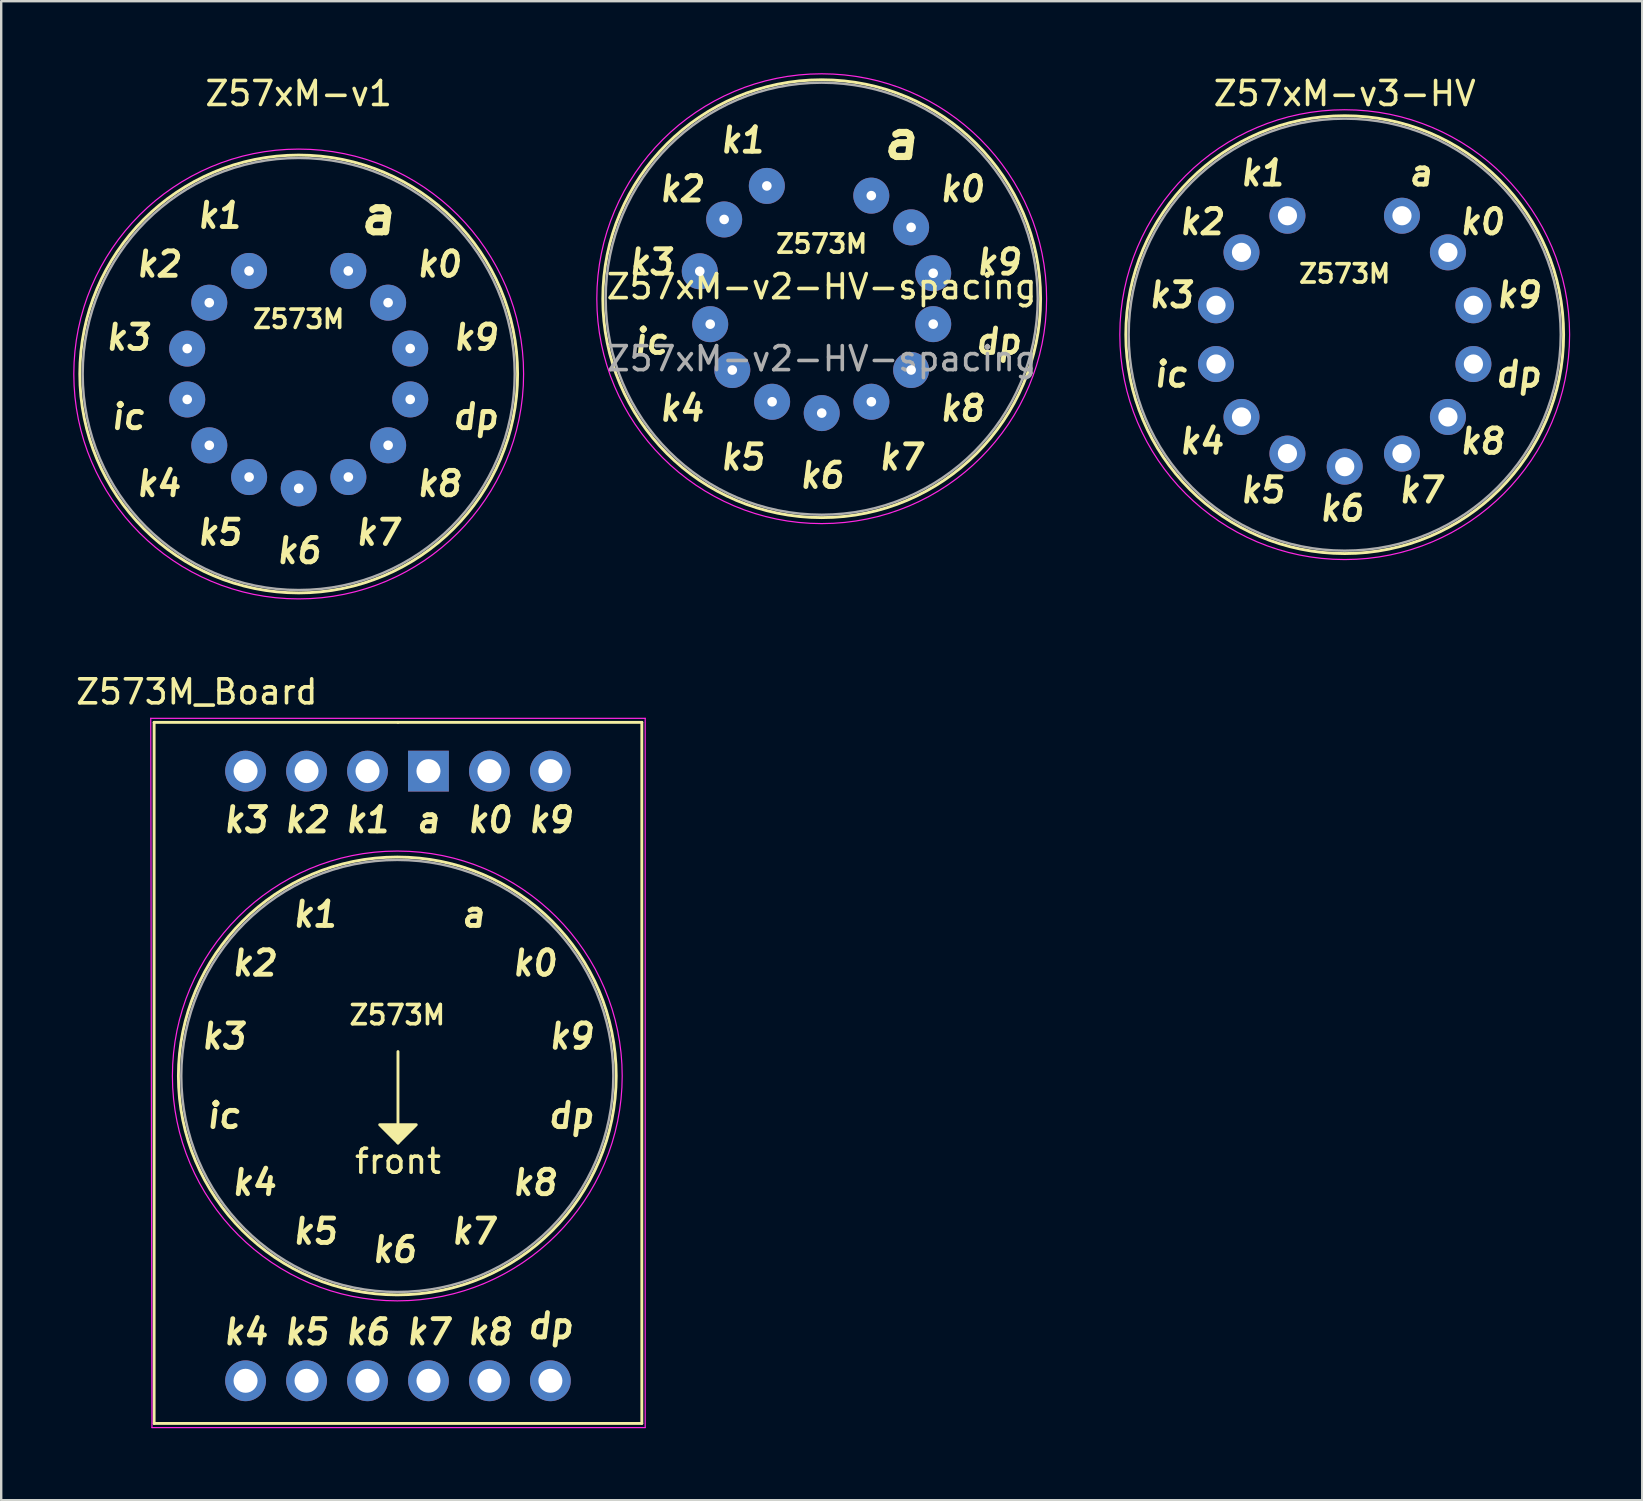
<source format=kicad_pcb>
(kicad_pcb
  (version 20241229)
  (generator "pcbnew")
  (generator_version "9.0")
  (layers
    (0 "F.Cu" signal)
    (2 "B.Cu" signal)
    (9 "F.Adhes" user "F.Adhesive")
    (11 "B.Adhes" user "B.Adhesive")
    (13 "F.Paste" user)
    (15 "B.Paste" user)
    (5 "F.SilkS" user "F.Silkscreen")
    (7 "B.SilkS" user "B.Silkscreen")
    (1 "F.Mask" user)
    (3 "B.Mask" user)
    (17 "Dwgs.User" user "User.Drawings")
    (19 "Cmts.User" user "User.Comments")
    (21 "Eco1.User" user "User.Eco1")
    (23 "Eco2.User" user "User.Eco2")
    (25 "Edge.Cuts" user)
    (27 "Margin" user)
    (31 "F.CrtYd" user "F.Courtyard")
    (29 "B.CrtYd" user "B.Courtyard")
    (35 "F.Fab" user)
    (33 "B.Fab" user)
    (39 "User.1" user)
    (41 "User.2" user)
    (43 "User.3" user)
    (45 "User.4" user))
  (footprint "Z573M_Board"
    (layer "F.Cu")
    (at 13.531 41.778)
    (property "Reference" "Z573M_Board" (at -8.382 -16.002 0) (unlocked yes) (layer "F.SilkS") (effects (font (size 1 1) (thickness 0.15))))
    (attr through_hole)
    (fp_line (start -10.16 -14.732) (end 0 -14.732) (stroke (width 0.12) (type solid)) (layer "F.SilkS"))
    (fp_line (start -10.16 14.478) (end -10.16 -14.732) (stroke (width 0.12) (type solid)) (layer "F.SilkS"))
    (fp_line (start 0 -14.732) (end 10.16 -14.732) (stroke (width 0.12) (type solid)) (layer "F.SilkS"))
    (fp_line (start 0 -1.016) (end 0 2.794) (stroke (width 0.12) (type solid)) (layer "F.SilkS"))
    (fp_line (start 10.16 -14.732) (end 10.16 14.478) (stroke (width 0.12) (type solid)) (layer "F.SilkS"))
    (fp_line (start 10.16 14.478) (end -10.16 14.478) (stroke (width 0.12) (type solid)) (layer "F.SilkS"))
    (fp_circle (center -0.028 0) (end -0.028 9.12) (stroke (width 0.12) (type solid)) (fill no) (layer "F.SilkS"))
    (fp_poly (pts (xy 0 2.794) (xy -0.762 2.032) (xy 0.762 2.032)) (stroke (width 0.12) (type solid)) (fill yes) (layer "F.SilkS"))
    (fp_line (start -10.25 14.65) (end -10.3 -14.9) (stroke (width 0.05) (type solid)) (layer "F.CrtYd"))
    (fp_line (start 10.3 -14.9) (end -10.3 -14.9) (stroke (width 0.05) (type solid)) (layer "F.CrtYd"))
    (fp_line (start 10.3 -14.9) (end 10.3 14.65) (stroke (width 0.05) (type solid)) (layer "F.CrtYd"))
    (fp_line (start 10.3 14.65) (end -10.25 14.65) (stroke (width 0.05) (type solid)) (layer "F.CrtYd"))
    (fp_circle (center -0.028 0) (end -0.028 9.37) (stroke (width 0.05) (type solid)) (fill no) (layer "F.CrtYd"))
    (fp_circle (center -0.028 0) (end -0.028 9) (stroke (width 0.1) (type solid)) (fill no) (layer "F.Fab"))
    (fp_text user "front" (at 0 3.556 0) (unlocked yes) (layer "F.SilkS") (effects (font (size 1 1) (thickness 0.15))))
    (fp_text user "k7" (at 3.147 6.477 0) (unlocked yes) (layer "F.SilkS") (effects (font (size 1.016 1.016) (thickness 0.203) (italic yes))))
    (fp_text user "k0" (at 5.687 -4.699 0) (unlocked yes) (layer "F.SilkS") (effects (font (size 1.016 1.016) (thickness 0.203) (italic yes))))
    (fp_text user "k4" (at -6.35 10.668 0) (unlocked yes) (layer "F.SilkS") (effects (font (size 1.016 1.016) (thickness 0.203) (italic yes))))
    (fp_text user "dp" (at 6.35 10.414 0) (unlocked yes) (layer "F.SilkS") (effects (font (size 1.016 1.016) (thickness 0.203) (italic yes))))
    (fp_text user "ic" (at -7.267 1.651 0) (unlocked yes) (layer "F.SilkS") (effects (font (size 1.016 1.016) (thickness 0.203) (italic yes))))
    (fp_text user "k2" (at -3.81 -10.668 0) (unlocked yes) (layer "F.SilkS") (effects (font (size 1.016 1.016) (thickness 0.203) (italic yes))))
    (fp_text user "k0" (at 3.81 -10.668 0) (unlocked yes) (layer "F.SilkS") (effects (font (size 1.016 1.016) (thickness 0.203) (italic yes))))
    (fp_text user "k5" (at -3.81 10.668 0) (unlocked yes) (layer "F.SilkS") (effects (font (size 1.016 1.016) (thickness 0.203) (italic yes))))
    (fp_text user "k3" (at -7.267 -1.651 0) (unlocked yes) (layer "F.SilkS") (effects (font (size 1.016 1.016) (thickness 0.203) (italic yes))))
    (fp_text user "dp" (at 7.211 1.651 0) (unlocked yes) (layer "F.SilkS") (effects (font (size 1.016 1.016) (thickness 0.203) (italic yes))))
    (fp_text user "k8" (at 5.687 4.445 0) (unlocked yes) (layer "F.SilkS") (effects (font (size 1.016 1.016) (thickness 0.203) (italic yes))))
    (fp_text user "k1" (at -3.457 -6.731 0) (unlocked yes) (layer "F.SilkS") (effects (font (size 1.016 1.016) (thickness 0.203) (italic yes))))
    (fp_text user "k5" (at -3.457 6.477 0) (unlocked yes) (layer "F.SilkS") (effects (font (size 1.016 1.016) (thickness 0.203) (italic yes))))
    (fp_text user "k7" (at 1.27 10.668 0) (unlocked yes) (layer "F.SilkS") (effects (font (size 1.016 1.016) (thickness 0.203) (italic yes))))
    (fp_text user "a" (at 1.27 -10.668 0) (unlocked yes) (layer "F.SilkS") (effects (font (size 1.016 1.016) (thickness 0.203) (italic yes))))
    (fp_text user "k9" (at 6.35 -10.668 0) (unlocked yes) (layer "F.SilkS") (effects (font (size 1.016 1.016) (thickness 0.203) (italic yes))))
    (fp_text user "k8" (at 3.81 10.668 0) (unlocked yes) (layer "F.SilkS") (effects (font (size 1.016 1.016) (thickness 0.203) (italic yes))))
    (fp_text user "k3" (at -6.35 -10.668 0) (unlocked yes) (layer "F.SilkS") (effects (font (size 1.016 1.016) (thickness 0.203) (italic yes))))
    (fp_text user "Z573M" (at -0.028 -2.54 0) (unlocked yes) (layer "F.SilkS") (effects (font (size 0.8 0.8) (thickness 0.152))))
    (fp_text user "k6" (at -0.155 7.239 0) (unlocked yes) (layer "F.SilkS") (effects (font (size 1.016 1.016) (thickness 0.203) (italic yes))))
    (fp_text user "k1" (at -1.27 -10.668 0) (unlocked yes) (layer "F.SilkS") (effects (font (size 1.016 1.016) (thickness 0.203) (italic yes))))
    (fp_text user "k9" (at 7.211 -1.651 0) (unlocked yes) (layer "F.SilkS") (effects (font (size 1.016 1.016) (thickness 0.203) (italic yes))))
    (fp_text user "a" (at 3.147 -6.731 0) (unlocked yes) (layer "F.SilkS") (effects (font (size 1.016 1.016) (thickness 0.203) (italic yes))))
    (fp_text user "k6" (at -1.27 10.668 0) (unlocked yes) (layer "F.SilkS") (effects (font (size 1.016 1.016) (thickness 0.203) (italic yes))))
    (fp_text user "k2" (at -5.997 -4.699 0) (unlocked yes) (layer "F.SilkS") (effects (font (size 1.016 1.016) (thickness 0.203) (italic yes))))
    (fp_text user "k4" (at -5.997 4.445 0) (unlocked yes) (layer "F.SilkS") (effects (font (size 1.016 1.016) (thickness 0.203) (italic yes))))
    (pad "1" thru_hole circle (at -6.35 -12.7) (size 1.7 1.7) (drill 1) (layers "*.Cu" "*.Mask"))
    (pad "2" thru_hole circle (at -3.81 -12.7) (size 1.7 1.7) (drill 1) (layers "*.Cu" "*.Mask"))
    (pad "3" thru_hole circle (at -1.27 -12.7) (size 1.7 1.7) (drill 1) (layers "*.Cu" "*.Mask"))
    (pad "4" thru_hole rect (at 1.27 -12.7) (size 1.7 1.7) (drill 1) (layers "*.Cu" "*.Mask"))
    (pad "5" thru_hole circle (at 3.81 -12.7) (size 1.7 1.7) (drill 1) (layers "*.Cu" "*.Mask"))
    (pad "6" thru_hole circle (at 6.35 -12.7) (size 1.7 1.7) (drill 1) (layers "*.Cu" "*.Mask"))
    (pad "7" thru_hole circle (at 6.35 12.7) (size 1.7 1.7) (drill 1) (layers "*.Cu" "*.Mask"))
    (pad "8" thru_hole circle (at 3.81 12.7) (size 1.7 1.7) (drill 1) (layers "*.Cu" "*.Mask"))
    (pad "9" thru_hole circle (at 1.27 12.7) (size 1.7 1.7) (drill 1) (layers "*.Cu" "*.Mask"))
    (pad "10" thru_hole circle (at -1.27 12.7) (size 1.7 1.7) (drill 1) (layers "*.Cu" "*.Mask"))
    (pad "11" thru_hole circle (at -3.81 12.7) (size 1.7 1.7) (drill 1) (layers "*.Cu" "*.Mask"))
    (pad "12" thru_hole circle (at -6.35 12.7) (size 1.7 1.7) (drill 1) (layers "*.Cu" "*.Mask")))
  (footprint "Z57xM-v1"
    (layer "F.Cu")
    (at 9.395 12.532)
    (property "Reference" "Z57xM-v1" (at 0 -11.684 0) (layer "F.SilkS") (effects (font (size 1 1) (thickness 0.15))))
    (fp_circle (center 0 0) (end 0 9.12) (stroke (width 0.12) (type solid)) (fill no) (layer "F.SilkS"))
    (fp_circle (center 0 0) (end 0 9.37) (stroke (width 0.05) (type solid)) (fill no) (layer "F.CrtYd"))
    (fp_circle (center 0 0) (end 0 9) (stroke (width 0.1) (type solid)) (fill no) (layer "F.Fab"))
    (fp_text user "k9" (at 7.366 -1.524 0) (unlocked yes) (layer "F.SilkS") (effects (font (size 1.016 1.016) (thickness 0.203) (italic yes))))
    (fp_text user "k5" (at -3.302 6.604 0) (unlocked yes) (layer "F.SilkS") (effects (font (size 1.016 1.016) (thickness 0.203) (italic yes))))
    (fp_text user "k2" (at -5.842 -4.572 0) (unlocked yes) (layer "F.SilkS") (effects (font (size 1.016 1.016) (thickness 0.203) (italic yes))))
    (fp_text user "k8" (at 5.842 4.572 0) (unlocked yes) (layer "F.SilkS") (effects (font (size 1.016 1.016) (thickness 0.203) (italic yes))))
    (fp_text user "k3" (at -7.112 -1.524 0) (unlocked yes) (layer "F.SilkS") (effects (font (size 1.016 1.016) (thickness 0.203) (italic yes))))
    (fp_text user "k7" (at 3.302 6.604 0) (unlocked yes) (layer "F.SilkS") (effects (font (size 1.016 1.016) (thickness 0.203) (italic yes))))
    (fp_text user "k4" (at -5.842 4.572 0) (unlocked yes) (layer "F.SilkS") (effects (font (size 1.016 1.016) (thickness 0.203) (italic yes))))
    (fp_text user "k0" (at 5.842 -4.572 0) (unlocked yes) (layer "F.SilkS") (effects (font (size 1.016 1.016) (thickness 0.203) (italic yes))))
    (fp_text user "k1" (at -3.302 -6.604 0) (unlocked yes) (layer "F.SilkS") (effects (font (size 1.016 1.016) (thickness 0.203) (italic yes))))
    (fp_text user "a" (at 3.302 -6.604 0) (unlocked yes) (layer "F.SilkS") (effects (font (size 1.5 1.5) (thickness 0.3) (italic yes))))
    (fp_text user "dp" (at 7.366 1.778 0) (unlocked yes) (layer "F.SilkS") (effects (font (size 1.016 1.016) (thickness 0.203) (italic yes))))
    (fp_text user "ic" (at -7.112 1.778 0) (unlocked yes) (layer "F.SilkS") (effects (font (size 1.016 1.016) (thickness 0.203) (italic yes))))
    (fp_text user "k6" (at 0 7.366 0) (unlocked yes) (layer "F.SilkS") (effects (font (size 1.016 1.016) (thickness 0.203) (italic yes))))
    (fp_text user "Z573M" (at 0 -2.286 0) (unlocked yes) (layer "F.SilkS") (effects (font (size 0.762 0.762) (thickness 0.152))))
    (pad "1" thru_hole oval (at -2.069 -4.293) (size 1.5 1.5) (drill 0.4) (layers "*.Cu" "*.Mask"))
    (pad "2" thru_hole oval (at -3.726 -2.97) (size 1.5 1.5) (drill 0.4) (layers "*.Cu" "*.Mask"))
    (pad "3" thru_hole oval (at -4.646 -1.059) (size 1.5 1.5) (drill 0.4) (layers "*.Cu" "*.Mask"))
    (pad "4" thru_hole oval (at -4.645 1.061) (size 1.5 1.5) (drill 0.4) (layers "*.Cu" "*.Mask"))
    (pad "5" thru_hole oval (at -3.725 2.972) (size 1.5 1.5) (drill 0.4) (layers "*.Cu" "*.Mask"))
    (pad "6" thru_hole oval (at -2.066 4.294) (size 1.5 1.5) (drill 0.4) (layers "*.Cu" "*.Mask"))
    (pad "7" thru_hole oval (at 0.001 4.765) (size 1.5 1.5) (drill 0.4) (layers "*.Cu" "*.Mask"))
    (pad "8" thru_hole oval (at 2.069 4.293) (size 1.5 1.5) (drill 0.4) (layers "*.Cu" "*.Mask"))
    (pad "9" thru_hole oval (at 3.726 2.97) (size 1.5 1.5) (drill 0.4) (layers "*.Cu" "*.Mask"))
    (pad "10" thru_hole oval (at 4.646 1.059) (size 1.5 1.5) (drill 0.4) (layers "*.Cu" "*.Mask"))
    (pad "11" thru_hole oval (at 4.645 -1.061) (size 1.5 1.5) (drill 0.4) (layers "*.Cu" "*.Mask"))
    (pad "12" thru_hole oval (at 3.725 -2.972) (size 1.5 1.5) (drill 0.4) (layers "*.Cu" "*.Mask"))
    (pad "13" thru_hole circle (at 2.066 -4.294) (size 1.5 1.5) (drill 0.4) (layers "*.Cu" "*.Mask")))
  (footprint "Z57xM-v2-HV-spacing"
    (layer "F.Cu")
    (at 31.185 9.395)
    (property "Reference" "Z57xM-v2-HV-spacing" (at 0 -0.5 0) (unlocked yes) (layer "F.SilkS") (effects (font (size 1 1) (thickness 0.15))))
    (attr through_hole)
    (fp_circle (center 0 0) (end 0 9.12) (stroke (width 0.12) (type solid)) (fill no) (layer "F.SilkS"))
    (fp_circle (center 0 0) (end 0 9.37) (stroke (width 0.05) (type solid)) (fill no) (layer "F.CrtYd"))
    (fp_circle (center 0 0) (end 0 9) (stroke (width 0.1) (type solid)) (fill no) (layer "F.Fab"))
    (fp_text user "k4" (at -5.842 4.572 0) (unlocked yes) (layer "F.SilkS") (effects (font (size 1.016 1.016) (thickness 0.203) (italic yes))))
    (fp_text user "ic" (at -7.112 1.778 0) (unlocked yes) (layer "F.SilkS") (effects (font (size 1.016 1.016) (thickness 0.203) (italic yes))))
    (fp_text user "k6" (at 0 7.366 0) (unlocked yes) (layer "F.SilkS") (effects (font (size 1.016 1.016) (thickness 0.203) (italic yes))))
    (fp_text user "dp" (at 7.366 1.778 0) (unlocked yes) (layer "F.SilkS") (effects (font (size 1.016 1.016) (thickness 0.203) (italic yes))))
    (fp_text user "a" (at 3.302 -6.604 0) (unlocked yes) (layer "F.SilkS") (effects (font (size 1.5 1.5) (thickness 0.3) (italic yes))))
    (fp_text user "k9" (at 7.366 -1.524 0) (unlocked yes) (layer "F.SilkS") (effects (font (size 1.016 1.016) (thickness 0.203) (italic yes))))
    (fp_text user "k0" (at 5.842 -4.572 0) (unlocked yes) (layer "F.SilkS") (effects (font (size 1.016 1.016) (thickness 0.203) (italic yes))))
    (fp_text user "k8" (at 5.842 4.572 0) (unlocked yes) (layer "F.SilkS") (effects (font (size 1.016 1.016) (thickness 0.203) (italic yes))))
    (fp_text user "k1" (at -3.302 -6.604 0) (unlocked yes) (layer "F.SilkS") (effects (font (size 1.016 1.016) (thickness 0.203) (italic yes))))
    (fp_text user "k2" (at -5.842 -4.572 0) (unlocked yes) (layer "F.SilkS") (effects (font (size 1.016 1.016) (thickness 0.203) (italic yes))))
    (fp_text user "k5" (at -3.302 6.604 0) (unlocked yes) (layer "F.SilkS") (effects (font (size 1.016 1.016) (thickness 0.203) (italic yes))))
    (fp_text user "k3" (at -7.112 -1.524 0) (unlocked yes) (layer "F.SilkS") (effects (font (size 1.016 1.016) (thickness 0.203) (italic yes))))
    (fp_text user "Z573M" (at 0 -2.286 0) (unlocked yes) (layer "F.SilkS") (effects (font (size 0.762 0.762) (thickness 0.152))))
    (fp_text user "k7" (at 3.302 6.604 0) (unlocked yes) (layer "F.SilkS") (effects (font (size 1.016 1.016) (thickness 0.203) (italic yes))))
    (fp_text user "${REFERENCE}" (at 0 2.5 0) (unlocked yes) (layer "F.Fab") (effects (font (size 1 1) (thickness 0.15))))
    (pad "1" thru_hole oval (at -2.286 -4.699) (size 1.5 1.5) (drill 0.4) (layers "*.Cu" "*.Mask"))
    (pad "2" thru_hole oval (at -4.064 -3.302) (size 1.5 1.5) (drill 0.4) (layers "*.Cu" "*.Mask"))
    (pad "3" thru_hole oval (at -5.08 -1.143) (size 1.5 1.5) (drill 0.4) (layers "*.Cu" "*.Mask"))
    (pad "4" thru_hole oval (at -4.645 1.061) (size 1.5 1.5) (drill 0.4) (layers "*.Cu" "*.Mask"))
    (pad "5" thru_hole oval (at -3.725 2.972) (size 1.5 1.5) (drill 0.4) (layers "*.Cu" "*.Mask"))
    (pad "6" thru_hole oval (at -2.066 4.294) (size 1.5 1.5) (drill 0.4) (layers "*.Cu" "*.Mask"))
    (pad "7" thru_hole oval (at 0.001 4.765) (size 1.5 1.5) (drill 0.4) (layers "*.Cu" "*.Mask"))
    (pad "8" thru_hole oval (at 2.069 4.293) (size 1.5 1.5) (drill 0.4) (layers "*.Cu" "*.Mask"))
    (pad "9" thru_hole oval (at 3.726 2.97) (size 1.5 1.5) (drill 0.4) (layers "*.Cu" "*.Mask"))
    (pad "10" thru_hole oval (at 4.646 1.059) (size 1.5 1.5) (drill 0.4) (layers "*.Cu" "*.Mask"))
    (pad "11" thru_hole oval (at 4.645 -1.061) (size 1.5 1.5) (drill 0.4) (layers "*.Cu" "*.Mask"))
    (pad "12" thru_hole oval (at 3.725 -2.972) (size 1.5 1.5) (drill 0.4) (layers "*.Cu" "*.Mask"))
    (pad "13" thru_hole circle (at 2.066 -4.294) (size 1.5 1.5) (drill 0.4) (layers "*.Cu" "*.Mask")))
  (footprint "Z57xM-v3-HV"
    (layer "F.Cu")
    (at 52.975 10.893)
    (property "Reference" "Z57xM-v3-HV" (at 0 -10.045 0) (layer "F.SilkS") (effects (font (size 1 1) (thickness 0.15))))
    (attr through_hole)
    (fp_circle (center 0 0) (end 0 9.12) (stroke (width 0.12) (type solid)) (fill no) (layer "F.SilkS"))
    (fp_circle (center 0 0) (end 0 9.37) (stroke (width 0.05) (type solid)) (fill no) (layer "F.CrtYd"))
    (fp_circle (center 0 0) (end 0 9) (stroke (width 0.1) (type solid)) (fill no) (layer "F.Fab"))
    (fp_text user "k2" (at -5.969 -4.699 0) (unlocked yes) (layer "F.SilkS") (effects (font (size 1.016 1.016) (thickness 0.203) (italic yes))))
    (fp_text user "k1" (at -3.429 -6.731 0) (unlocked yes) (layer "F.SilkS") (effects (font (size 1.016 1.016) (thickness 0.203) (italic yes))))
    (fp_text user "a" (at 3.175 -6.731 0) (unlocked yes) (layer "F.SilkS") (effects (font (size 1.016 1.016) (thickness 0.203) (italic yes))))
    (fp_text user "k6" (at -0.127 7.239 0) (unlocked yes) (layer "F.SilkS") (effects (font (size 1.016 1.016) (thickness 0.203) (italic yes))))
    (fp_text user "k9" (at 7.239 -1.651 0) (unlocked yes) (layer "F.SilkS") (effects (font (size 1.016 1.016) (thickness 0.203) (italic yes))))
    (fp_text user "k4" (at -5.969 4.445 0) (unlocked yes) (layer "F.SilkS") (effects (font (size 1.016 1.016) (thickness 0.203) (italic yes))))
    (fp_text user "k0" (at 5.715 -4.699 0) (unlocked yes) (layer "F.SilkS") (effects (font (size 1.016 1.016) (thickness 0.203) (italic yes))))
    (fp_text user "k7" (at 3.175 6.477 0) (unlocked yes) (layer "F.SilkS") (effects (font (size 1.016 1.016) (thickness 0.203) (italic yes))))
    (fp_text user "k5" (at -3.429 6.477 0) (unlocked yes) (layer "F.SilkS") (effects (font (size 1.016 1.016) (thickness 0.203) (italic yes))))
    (fp_text user "Z573M" (at 0 -2.54 0) (unlocked yes) (layer "F.SilkS") (effects (font (size 0.762 0.762) (thickness 0.152))))
    (fp_text user "ic" (at -7.239 1.651 0) (unlocked yes) (layer "F.SilkS") (effects (font (size 1.016 1.016) (thickness 0.203) (italic yes))))
    (fp_text user "k3" (at -7.239 -1.651 0) (unlocked yes) (layer "F.SilkS") (effects (font (size 1.016 1.016) (thickness 0.203) (italic yes))))
    (fp_text user "dp" (at 7.239 1.651 0) (unlocked yes) (layer "F.SilkS") (effects (font (size 1.016 1.016) (thickness 0.203) (italic yes))))
    (fp_text user "k8" (at 5.715 4.445 0) (unlocked yes) (layer "F.SilkS") (effects (font (size 1.016 1.016) (thickness 0.203) (italic yes))))
    (pad "1" thru_hole oval (at -2.386 -4.955 51.414) (size 1.5 1.5) (drill 0.8) (layers "*.Cu" "*.Mask"))
    (pad "2" thru_hole oval (at -4.3 -3.429 77.128) (size 1.5 1.5) (drill 0.8) (layers "*.Cu" "*.Mask"))
    (pad "3" thru_hole oval (at -5.362 -1.224 102.842) (size 1.5 1.5) (drill 0.8) (layers "*.Cu" "*.Mask"))
    (pad "4" thru_hole oval (at -5.362 1.224 128.556) (size 1.5 1.5) (drill 0.8) (layers "*.Cu" "*.Mask"))
    (pad "5" thru_hole oval (at -4.3 3.429 154.271) (size 1.5 1.5) (drill 0.8) (layers "*.Cu" "*.Mask"))
    (pad "6" thru_hole oval (at -2.386 4.955 179.985) (size 1.5 1.5) (drill 0.8) (layers "*.Cu" "*.Mask"))
    (pad "7" thru_hole oval (at 0 5.5 205.7) (size 1.5 1.5) (drill 0.8) (layers "*.Cu" "*.Mask"))
    (pad "8" thru_hole oval (at 2.386 4.955 231.414) (size 1.5 1.5) (drill 0.8) (layers "*.Cu" "*.Mask"))
    (pad "9" thru_hole oval (at 4.3 3.429 257.128) (size 1.5 1.5) (drill 0.8) (layers "*.Cu" "*.Mask"))
    (pad "10" thru_hole oval (at 5.362 1.224 282.842) (size 1.5 1.5) (drill 0.8) (layers "*.Cu" "*.Mask"))
    (pad "11" thru_hole oval (at 5.362 -1.224 308.557) (size 1.5 1.5) (drill 0.8) (layers "*.Cu" "*.Mask"))
    (pad "12" thru_hole oval (at 4.3 -3.429 334.271) (size 1.5 1.5) (drill 0.8) (layers "*.Cu" "*.Mask"))
    (pad "13" thru_hole oval (at 2.386 -4.955 359.985) (size 1.5 1.5) (drill 0.8) (layers "*.Cu" "*.Mask")))
  (gr_rect
    (start -3 -3)
    (end 65.37 59.453)
    (stroke (width 0.1) (type default))
    (fill no)
    (layer "Edge.Cuts")))
</source>
